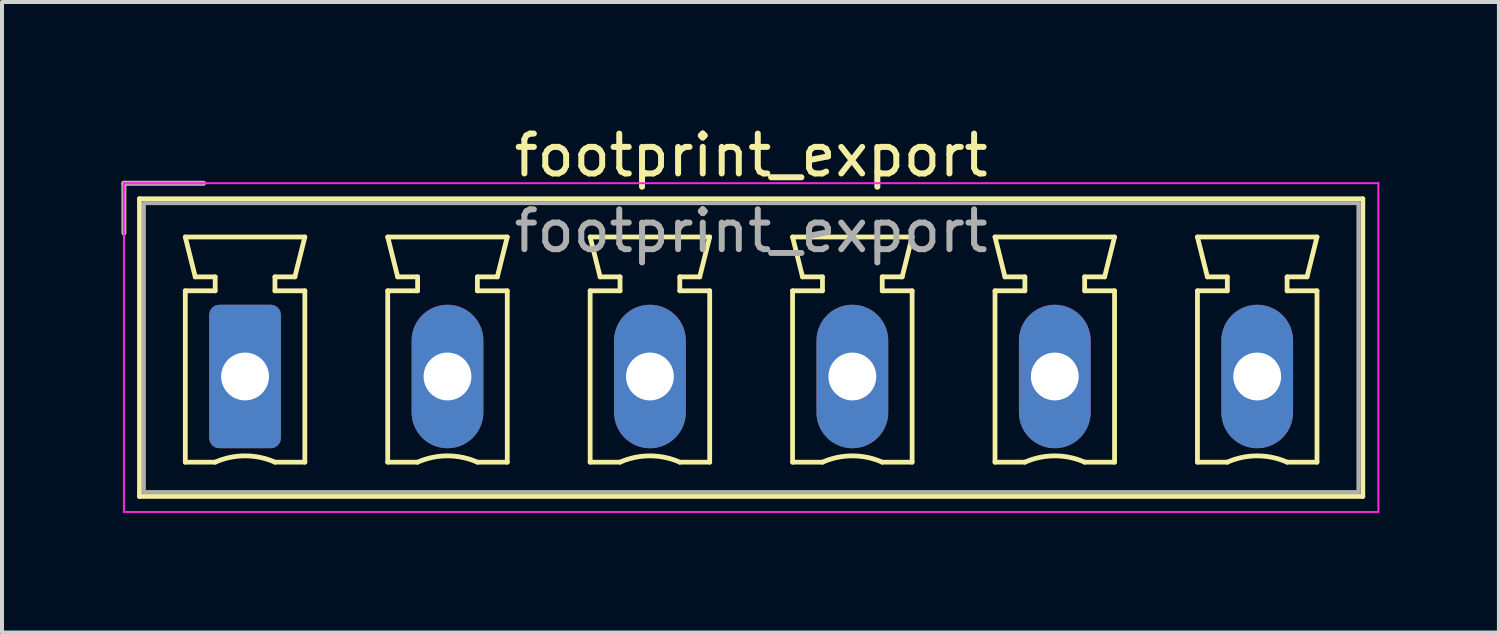
<source format=kicad_pcb>
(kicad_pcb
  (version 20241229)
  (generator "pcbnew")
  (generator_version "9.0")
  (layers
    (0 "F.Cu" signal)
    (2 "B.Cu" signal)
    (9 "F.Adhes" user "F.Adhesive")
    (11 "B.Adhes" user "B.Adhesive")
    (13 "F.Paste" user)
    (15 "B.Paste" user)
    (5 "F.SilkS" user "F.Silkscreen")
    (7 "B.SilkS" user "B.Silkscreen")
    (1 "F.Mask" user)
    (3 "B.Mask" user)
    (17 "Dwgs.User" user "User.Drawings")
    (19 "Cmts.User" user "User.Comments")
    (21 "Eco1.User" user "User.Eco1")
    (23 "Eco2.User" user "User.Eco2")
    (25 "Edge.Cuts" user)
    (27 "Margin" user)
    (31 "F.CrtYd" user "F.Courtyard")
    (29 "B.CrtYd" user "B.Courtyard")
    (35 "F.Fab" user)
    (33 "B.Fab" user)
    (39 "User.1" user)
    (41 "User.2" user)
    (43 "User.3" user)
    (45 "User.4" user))
  (footprint "footprint_export"
    (layer "F.Cu")
    (at 3.1 6.398)
    (property "Reference" "footprint_export" (at 12.7 -5.55 0) (layer "F.SilkS") (effects (font (size 1 1) (thickness 0.15))))
    (attr through_hole)
    (fp_line (start -3.04 -4.85) (end -1.04 -4.85) (stroke (width 0.12) (type solid)) (layer "F.SilkS"))
    (fp_line (start -3.04 -3.6) (end -3.04 -4.85) (stroke (width 0.12) (type solid)) (layer "F.SilkS"))
    (fp_line (start -2.65 -4.46) (end -2.65 3.01) (stroke (width 0.12) (type solid)) (layer "F.SilkS"))
    (fp_line (start -2.65 3.01) (end 28.05 3.01) (stroke (width 0.12) (type solid)) (layer "F.SilkS"))
    (fp_line (start -1.5 -3.5) (end 1.5 -3.5) (stroke (width 0.12) (type solid)) (layer "F.SilkS"))
    (fp_line (start -1.5 -2.15) (end -0.75 -2.15) (stroke (width 0.12) (type solid)) (layer "F.SilkS"))
    (fp_line (start -1.5 2.15) (end -1.5 -2.15) (stroke (width 0.12) (type solid)) (layer "F.SilkS"))
    (fp_line (start -1.25 -2.5) (end -1.5 -3.5) (stroke (width 0.12) (type solid)) (layer "F.SilkS"))
    (fp_line (start -0.75 -2.5) (end -1.25 -2.5) (stroke (width 0.12) (type solid)) (layer "F.SilkS"))
    (fp_line (start -0.75 -2.15) (end -0.75 -2.5) (stroke (width 0.12) (type solid)) (layer "F.SilkS"))
    (fp_line (start -0.75 2.15) (end -1.5 2.15) (stroke (width 0.12) (type solid)) (layer "F.SilkS"))
    (fp_line (start 0.75 -2.5) (end 0.75 -2.15) (stroke (width 0.12) (type solid)) (layer "F.SilkS"))
    (fp_line (start 0.75 -2.15) (end 1.5 -2.15) (stroke (width 0.12) (type solid)) (layer "F.SilkS"))
    (fp_line (start 1.25 -2.5) (end 0.75 -2.5) (stroke (width 0.12) (type solid)) (layer "F.SilkS"))
    (fp_line (start 1.5 -3.5) (end 1.25 -2.5) (stroke (width 0.12) (type solid)) (layer "F.SilkS"))
    (fp_line (start 1.5 -2.15) (end 1.5 2.15) (stroke (width 0.12) (type solid)) (layer "F.SilkS"))
    (fp_line (start 1.5 2.15) (end 0.75 2.15) (stroke (width 0.12) (type solid)) (layer "F.SilkS"))
    (fp_line (start 3.58 -3.5) (end 6.58 -3.5) (stroke (width 0.12) (type solid)) (layer "F.SilkS"))
    (fp_line (start 3.58 -2.15) (end 4.33 -2.15) (stroke (width 0.12) (type solid)) (layer "F.SilkS"))
    (fp_line (start 3.58 2.15) (end 3.58 -2.15) (stroke (width 0.12) (type solid)) (layer "F.SilkS"))
    (fp_line (start 3.83 -2.5) (end 3.58 -3.5) (stroke (width 0.12) (type solid)) (layer "F.SilkS"))
    (fp_line (start 4.33 -2.5) (end 3.83 -2.5) (stroke (width 0.12) (type solid)) (layer "F.SilkS"))
    (fp_line (start 4.33 -2.15) (end 4.33 -2.5) (stroke (width 0.12) (type solid)) (layer "F.SilkS"))
    (fp_line (start 4.33 2.15) (end 3.58 2.15) (stroke (width 0.12) (type solid)) (layer "F.SilkS"))
    (fp_line (start 5.83 -2.5) (end 5.83 -2.15) (stroke (width 0.12) (type solid)) (layer "F.SilkS"))
    (fp_line (start 5.83 -2.15) (end 6.58 -2.15) (stroke (width 0.12) (type solid)) (layer "F.SilkS"))
    (fp_line (start 6.33 -2.5) (end 5.83 -2.5) (stroke (width 0.12) (type solid)) (layer "F.SilkS"))
    (fp_line (start 6.58 -3.5) (end 6.33 -2.5) (stroke (width 0.12) (type solid)) (layer "F.SilkS"))
    (fp_line (start 6.58 -2.15) (end 6.58 2.15) (stroke (width 0.12) (type solid)) (layer "F.SilkS"))
    (fp_line (start 6.58 2.15) (end 5.83 2.15) (stroke (width 0.12) (type solid)) (layer "F.SilkS"))
    (fp_line (start 8.66 -3.5) (end 11.66 -3.5) (stroke (width 0.12) (type solid)) (layer "F.SilkS"))
    (fp_line (start 8.66 -2.15) (end 9.41 -2.15) (stroke (width 0.12) (type solid)) (layer "F.SilkS"))
    (fp_line (start 8.66 2.15) (end 8.66 -2.15) (stroke (width 0.12) (type solid)) (layer "F.SilkS"))
    (fp_line (start 8.91 -2.5) (end 8.66 -3.5) (stroke (width 0.12) (type solid)) (layer "F.SilkS"))
    (fp_line (start 9.41 -2.5) (end 8.91 -2.5) (stroke (width 0.12) (type solid)) (layer "F.SilkS"))
    (fp_line (start 9.41 -2.15) (end 9.41 -2.5) (stroke (width 0.12) (type solid)) (layer "F.SilkS"))
    (fp_line (start 9.41 2.15) (end 8.66 2.15) (stroke (width 0.12) (type solid)) (layer "F.SilkS"))
    (fp_line (start 10.91 -2.5) (end 10.91 -2.15) (stroke (width 0.12) (type solid)) (layer "F.SilkS"))
    (fp_line (start 10.91 -2.15) (end 11.66 -2.15) (stroke (width 0.12) (type solid)) (layer "F.SilkS"))
    (fp_line (start 11.41 -2.5) (end 10.91 -2.5) (stroke (width 0.12) (type solid)) (layer "F.SilkS"))
    (fp_line (start 11.66 -3.5) (end 11.41 -2.5) (stroke (width 0.12) (type solid)) (layer "F.SilkS"))
    (fp_line (start 11.66 -2.15) (end 11.66 2.15) (stroke (width 0.12) (type solid)) (layer "F.SilkS"))
    (fp_line (start 11.66 2.15) (end 10.91 2.15) (stroke (width 0.12) (type solid)) (layer "F.SilkS"))
    (fp_line (start 13.74 -3.5) (end 16.74 -3.5) (stroke (width 0.12) (type solid)) (layer "F.SilkS"))
    (fp_line (start 13.74 -2.15) (end 14.49 -2.15) (stroke (width 0.12) (type solid)) (layer "F.SilkS"))
    (fp_line (start 13.74 2.15) (end 13.74 -2.15) (stroke (width 0.12) (type solid)) (layer "F.SilkS"))
    (fp_line (start 13.99 -2.5) (end 13.74 -3.5) (stroke (width 0.12) (type solid)) (layer "F.SilkS"))
    (fp_line (start 14.49 -2.5) (end 13.99 -2.5) (stroke (width 0.12) (type solid)) (layer "F.SilkS"))
    (fp_line (start 14.49 -2.15) (end 14.49 -2.5) (stroke (width 0.12) (type solid)) (layer "F.SilkS"))
    (fp_line (start 14.49 2.15) (end 13.74 2.15) (stroke (width 0.12) (type solid)) (layer "F.SilkS"))
    (fp_line (start 15.99 -2.5) (end 15.99 -2.15) (stroke (width 0.12) (type solid)) (layer "F.SilkS"))
    (fp_line (start 15.99 -2.15) (end 16.74 -2.15) (stroke (width 0.12) (type solid)) (layer "F.SilkS"))
    (fp_line (start 16.49 -2.5) (end 15.99 -2.5) (stroke (width 0.12) (type solid)) (layer "F.SilkS"))
    (fp_line (start 16.74 -3.5) (end 16.49 -2.5) (stroke (width 0.12) (type solid)) (layer "F.SilkS"))
    (fp_line (start 16.74 -2.15) (end 16.74 2.15) (stroke (width 0.12) (type solid)) (layer "F.SilkS"))
    (fp_line (start 16.74 2.15) (end 15.99 2.15) (stroke (width 0.12) (type solid)) (layer "F.SilkS"))
    (fp_line (start 18.82 -3.5) (end 21.82 -3.5) (stroke (width 0.12) (type solid)) (layer "F.SilkS"))
    (fp_line (start 18.82 -2.15) (end 19.57 -2.15) (stroke (width 0.12) (type solid)) (layer "F.SilkS"))
    (fp_line (start 18.82 2.15) (end 18.82 -2.15) (stroke (width 0.12) (type solid)) (layer "F.SilkS"))
    (fp_line (start 19.07 -2.5) (end 18.82 -3.5) (stroke (width 0.12) (type solid)) (layer "F.SilkS"))
    (fp_line (start 19.57 -2.5) (end 19.07 -2.5) (stroke (width 0.12) (type solid)) (layer "F.SilkS"))
    (fp_line (start 19.57 -2.15) (end 19.57 -2.5) (stroke (width 0.12) (type solid)) (layer "F.SilkS"))
    (fp_line (start 19.57 2.15) (end 18.82 2.15) (stroke (width 0.12) (type solid)) (layer "F.SilkS"))
    (fp_line (start 21.07 -2.5) (end 21.07 -2.15) (stroke (width 0.12) (type solid)) (layer "F.SilkS"))
    (fp_line (start 21.07 -2.15) (end 21.82 -2.15) (stroke (width 0.12) (type solid)) (layer "F.SilkS"))
    (fp_line (start 21.57 -2.5) (end 21.07 -2.5) (stroke (width 0.12) (type solid)) (layer "F.SilkS"))
    (fp_line (start 21.82 -3.5) (end 21.57 -2.5) (stroke (width 0.12) (type solid)) (layer "F.SilkS"))
    (fp_line (start 21.82 -2.15) (end 21.82 2.15) (stroke (width 0.12) (type solid)) (layer "F.SilkS"))
    (fp_line (start 21.82 2.15) (end 21.07 2.15) (stroke (width 0.12) (type solid)) (layer "F.SilkS"))
    (fp_line (start 23.9 -3.5) (end 26.9 -3.5) (stroke (width 0.12) (type solid)) (layer "F.SilkS"))
    (fp_line (start 23.9 -2.15) (end 24.65 -2.15) (stroke (width 0.12) (type solid)) (layer "F.SilkS"))
    (fp_line (start 23.9 2.15) (end 23.9 -2.15) (stroke (width 0.12) (type solid)) (layer "F.SilkS"))
    (fp_line (start 24.15 -2.5) (end 23.9 -3.5) (stroke (width 0.12) (type solid)) (layer "F.SilkS"))
    (fp_line (start 24.65 -2.5) (end 24.15 -2.5) (stroke (width 0.12) (type solid)) (layer "F.SilkS"))
    (fp_line (start 24.65 -2.15) (end 24.65 -2.5) (stroke (width 0.12) (type solid)) (layer "F.SilkS"))
    (fp_line (start 24.65 2.15) (end 23.9 2.15) (stroke (width 0.12) (type solid)) (layer "F.SilkS"))
    (fp_line (start 26.15 -2.5) (end 26.15 -2.15) (stroke (width 0.12) (type solid)) (layer "F.SilkS"))
    (fp_line (start 26.15 -2.15) (end 26.9 -2.15) (stroke (width 0.12) (type solid)) (layer "F.SilkS"))
    (fp_line (start 26.65 -2.5) (end 26.15 -2.5) (stroke (width 0.12) (type solid)) (layer "F.SilkS"))
    (fp_line (start 26.9 -3.5) (end 26.65 -2.5) (stroke (width 0.12) (type solid)) (layer "F.SilkS"))
    (fp_line (start 26.9 -2.15) (end 26.9 2.15) (stroke (width 0.12) (type solid)) (layer "F.SilkS"))
    (fp_line (start 26.9 2.15) (end 26.15 2.15) (stroke (width 0.12) (type solid)) (layer "F.SilkS"))
    (fp_line (start 28.05 -4.46) (end -2.65 -4.46) (stroke (width 0.12) (type solid)) (layer "F.SilkS"))
    (fp_line (start 28.05 3.01) (end 28.05 -4.46) (stroke (width 0.12) (type solid)) (layer "F.SilkS"))
    (fp_arc (start -0.75 2.15) (mid -0.000193 1.99191) (end 0.749647 2.149844) (stroke (width 0.12) (type solid)) (layer "F.SilkS"))
    (fp_arc (start 4.33 2.15) (mid 5.079807 1.99191) (end 5.829647 2.149844) (stroke (width 0.12) (type solid)) (layer "F.SilkS"))
    (fp_arc (start 9.41 2.15) (mid 10.159807 1.99191) (end 10.909647 2.149844) (stroke (width 0.12) (type solid)) (layer "F.SilkS"))
    (fp_arc (start 14.49 2.15) (mid 15.239807 1.99191) (end 15.989647 2.149844) (stroke (width 0.12) (type solid)) (layer "F.SilkS"))
    (fp_arc (start 19.57 2.15) (mid 20.319807 1.99191) (end 21.069647 2.149844) (stroke (width 0.12) (type solid)) (layer "F.SilkS"))
    (fp_arc (start 24.65 2.15) (mid 25.399807 1.99191) (end 26.149647 2.149844) (stroke (width 0.12) (type solid)) (layer "F.SilkS"))
    (fp_line (start -3.04 -4.85) (end -3.04 3.4) (stroke (width 0.05) (type solid)) (layer "F.CrtYd"))
    (fp_line (start -3.04 3.4) (end 28.44 3.4) (stroke (width 0.05) (type solid)) (layer "F.CrtYd"))
    (fp_line (start 28.44 -4.85) (end -3.04 -4.85) (stroke (width 0.05) (type solid)) (layer "F.CrtYd"))
    (fp_line (start 28.44 3.4) (end 28.44 -4.85) (stroke (width 0.05) (type solid)) (layer "F.CrtYd"))
    (fp_line (start -3.04 -4.85) (end -1.04 -4.85) (stroke (width 0.1) (type solid)) (layer "F.Fab"))
    (fp_line (start -3.04 -3.6) (end -3.04 -4.85) (stroke (width 0.1) (type solid)) (layer "F.Fab"))
    (fp_line (start -2.54 -4.35) (end -2.54 2.9) (stroke (width 0.1) (type solid)) (layer "F.Fab"))
    (fp_line (start -2.54 2.9) (end 27.94 2.9) (stroke (width 0.1) (type solid)) (layer "F.Fab"))
    (fp_line (start 27.94 -4.35) (end -2.54 -4.35) (stroke (width 0.1) (type solid)) (layer "F.Fab"))
    (fp_line (start 27.94 2.9) (end 27.94 -4.35) (stroke (width 0.1) (type solid)) (layer "F.Fab"))
    (fp_text user "${REFERENCE}" (at 12.7 -3.65 0) (layer "F.Fab") (effects (font (size 1 1) (thickness 0.15))))
    (pad "1" thru_hole roundrect (at 0 0) (size 1.8 3.6) (drill 1.2) (layers "*.Cu" "*.Mask") (roundrect_rratio 0.139))
    (pad "2" thru_hole oval (at 5.08 0) (size 1.8 3.6) (drill 1.2) (layers "*.Cu" "*.Mask"))
    (pad "3" thru_hole oval (at 10.16 0) (size 1.8 3.6) (drill 1.2) (layers "*.Cu" "*.Mask"))
    (pad "4" thru_hole oval (at 15.24 0) (size 1.8 3.6) (drill 1.2) (layers "*.Cu" "*.Mask"))
    (pad "5" thru_hole oval (at 20.32 0) (size 1.8 3.6) (drill 1.2) (layers "*.Cu" "*.Mask"))
    (pad "6" thru_hole oval (at 25.4 0) (size 1.8 3.6) (drill 1.2) (layers "*.Cu" "*.Mask")))
  (gr_rect
    (start -3 -3)
    (end 34.565 12.823)
    (stroke (width 0.1) (type default))
    (fill no)
    (layer "Edge.Cuts")))
</source>
